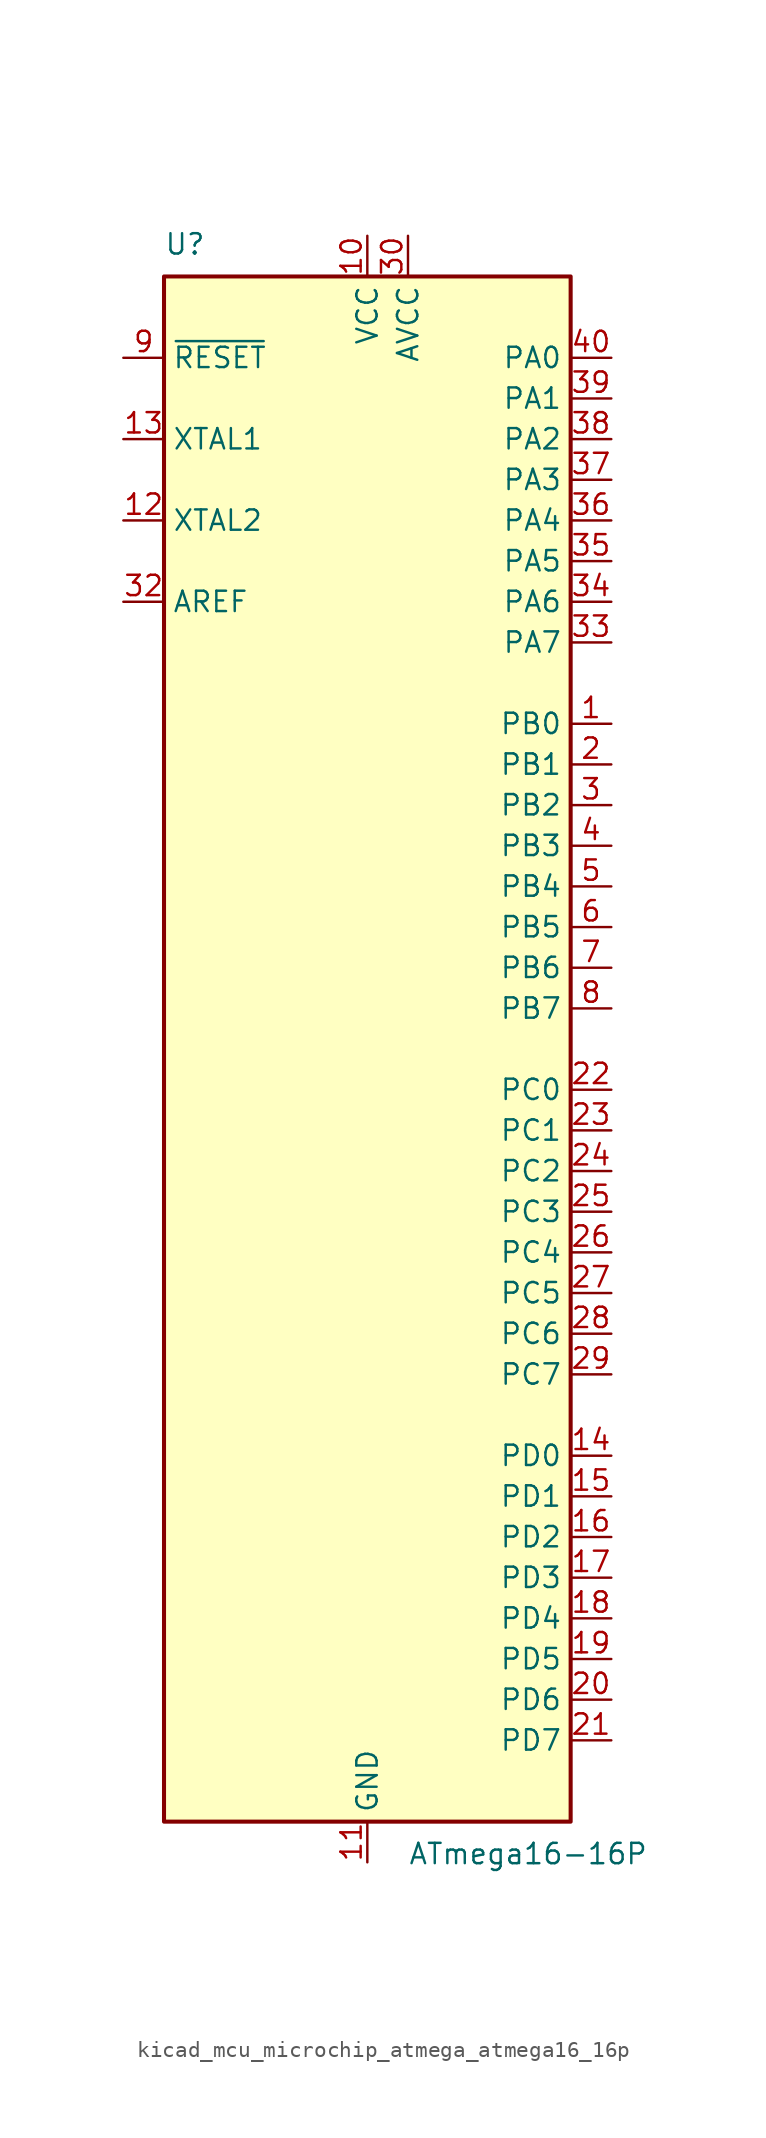
<source format=kicad_sym>
(kicad_symbol_lib
  (version 20220914)
  (generator kicad_symbol_editor)
  (symbol "kicad_mcu_microchip_atmega_atmega16_16p"
    (property "Reference" "U"
      (at -12.7 49.53 0)
      (effects (font (size 1.27 1.27)) (justify left bottom)))
    (property "Value" "ATmega16-16P"
      (at 2.54 -49.53 0)
      (effects (font (size 1.27 1.27)) (justify left top)))
    (symbol "kicad_mcu_microchip_atmega_atmega16_16p_0_1"
      (rectangle (start -12.7 -48.26) (end 12.7 48.26) (stroke (width 0.254) (type default)) (fill (type background))))
    (symbol "kicad_mcu_microchip_atmega_atmega16_16p_1_1"
      (pin bidirectional line (at 15.24 20.32 180) (length 2.54) (name "PB0" (effects (font (size 1.27 1.27)))) (number "1" (effects (font (size 1.27 1.27)))))
      (pin power_in line (at 0 50.8 270) (length 2.54) (name "VCC" (effects (font (size 1.27 1.27)))) (number "10" (effects (font (size 1.27 1.27)))))
      (pin power_in line (at 0 -50.8 90) (length 2.54) (name "GND" (effects (font (size 1.27 1.27)))) (number "11" (effects (font (size 1.27 1.27)))))
      (pin output line (at -15.24 33.02 0) (length 2.54) (name "XTAL2" (effects (font (size 1.27 1.27)))) (number "12" (effects (font (size 1.27 1.27)))))
      (pin input line (at -15.24 38.1 0) (length 2.54) (name "XTAL1" (effects (font (size 1.27 1.27)))) (number "13" (effects (font (size 1.27 1.27)))))
      (pin bidirectional line (at 15.24 -25.4 180) (length 2.54) (name "PD0" (effects (font (size 1.27 1.27)))) (number "14" (effects (font (size 1.27 1.27)))))
      (pin bidirectional line (at 15.24 -27.94 180) (length 2.54) (name "PD1" (effects (font (size 1.27 1.27)))) (number "15" (effects (font (size 1.27 1.27)))))
      (pin bidirectional line (at 15.24 -30.48 180) (length 2.54) (name "PD2" (effects (font (size 1.27 1.27)))) (number "16" (effects (font (size 1.27 1.27)))))
      (pin bidirectional line (at 15.24 -33.02 180) (length 2.54) (name "PD3" (effects (font (size 1.27 1.27)))) (number "17" (effects (font (size 1.27 1.27)))))
      (pin bidirectional line (at 15.24 -35.56 180) (length 2.54) (name "PD4" (effects (font (size 1.27 1.27)))) (number "18" (effects (font (size 1.27 1.27)))))
      (pin bidirectional line (at 15.24 -38.1 180) (length 2.54) (name "PD5" (effects (font (size 1.27 1.27)))) (number "19" (effects (font (size 1.27 1.27)))))
      (pin bidirectional line (at 15.24 17.78 180) (length 2.54) (name "PB1" (effects (font (size 1.27 1.27)))) (number "2" (effects (font (size 1.27 1.27)))))
      (pin bidirectional line (at 15.24 -40.64 180) (length 2.54) (name "PD6" (effects (font (size 1.27 1.27)))) (number "20" (effects (font (size 1.27 1.27)))))
      (pin bidirectional line (at 15.24 -43.18 180) (length 2.54) (name "PD7" (effects (font (size 1.27 1.27)))) (number "21" (effects (font (size 1.27 1.27)))))
      (pin bidirectional line (at 15.24 -2.54 180) (length 2.54) (name "PC0" (effects (font (size 1.27 1.27)))) (number "22" (effects (font (size 1.27 1.27)))))
      (pin bidirectional line (at 15.24 -5.08 180) (length 2.54) (name "PC1" (effects (font (size 1.27 1.27)))) (number "23" (effects (font (size 1.27 1.27)))))
      (pin bidirectional line (at 15.24 -7.62 180) (length 2.54) (name "PC2" (effects (font (size 1.27 1.27)))) (number "24" (effects (font (size 1.27 1.27)))))
      (pin bidirectional line (at 15.24 -10.16 180) (length 2.54) (name "PC3" (effects (font (size 1.27 1.27)))) (number "25" (effects (font (size 1.27 1.27)))))
      (pin bidirectional line (at 15.24 -12.7 180) (length 2.54) (name "PC4" (effects (font (size 1.27 1.27)))) (number "26" (effects (font (size 1.27 1.27)))))
      (pin bidirectional line (at 15.24 -15.24 180) (length 2.54) (name "PC5" (effects (font (size 1.27 1.27)))) (number "27" (effects (font (size 1.27 1.27)))))
      (pin bidirectional line (at 15.24 -17.78 180) (length 2.54) (name "PC6" (effects (font (size 1.27 1.27)))) (number "28" (effects (font (size 1.27 1.27)))))
      (pin bidirectional line (at 15.24 -20.32 180) (length 2.54) (name "PC7" (effects (font (size 1.27 1.27)))) (number "29" (effects (font (size 1.27 1.27)))))
      (pin bidirectional line (at 15.24 15.24 180) (length 2.54) (name "PB2" (effects (font (size 1.27 1.27)))) (number "3" (effects (font (size 1.27 1.27)))))
      (pin power_in line (at 2.54 50.8 270) (length 2.54) (name "AVCC" (effects (font (size 1.27 1.27)))) (number "30" (effects (font (size 1.27 1.27)))))
      (pin passive line (at 0 -50.8 90) (length 2.54) hide (name "GND" (effects (font (size 1.27 1.27)))) (number "31" (effects (font (size 1.27 1.27)))))
      (pin passive line (at -15.24 27.94 0) (length 2.54) (name "AREF" (effects (font (size 1.27 1.27)))) (number "32" (effects (font (size 1.27 1.27)))))
      (pin bidirectional line (at 15.24 25.4 180) (length 2.54) (name "PA7" (effects (font (size 1.27 1.27)))) (number "33" (effects (font (size 1.27 1.27)))))
      (pin bidirectional line (at 15.24 27.94 180) (length 2.54) (name "PA6" (effects (font (size 1.27 1.27)))) (number "34" (effects (font (size 1.27 1.27)))))
      (pin bidirectional line (at 15.24 30.48 180) (length 2.54) (name "PA5" (effects (font (size 1.27 1.27)))) (number "35" (effects (font (size 1.27 1.27)))))
      (pin bidirectional line (at 15.24 33.02 180) (length 2.54) (name "PA4" (effects (font (size 1.27 1.27)))) (number "36" (effects (font (size 1.27 1.27)))))
      (pin bidirectional line (at 15.24 35.56 180) (length 2.54) (name "PA3" (effects (font (size 1.27 1.27)))) (number "37" (effects (font (size 1.27 1.27)))))
      (pin bidirectional line (at 15.24 38.1 180) (length 2.54) (name "PA2" (effects (font (size 1.27 1.27)))) (number "38" (effects (font (size 1.27 1.27)))))
      (pin bidirectional line (at 15.24 40.64 180) (length 2.54) (name "PA1" (effects (font (size 1.27 1.27)))) (number "39" (effects (font (size 1.27 1.27)))))
      (pin bidirectional line (at 15.24 12.7 180) (length 2.54) (name "PB3" (effects (font (size 1.27 1.27)))) (number "4" (effects (font (size 1.27 1.27)))))
      (pin bidirectional line (at 15.24 43.18 180) (length 2.54) (name "PA0" (effects (font (size 1.27 1.27)))) (number "40" (effects (font (size 1.27 1.27)))))
      (pin bidirectional line (at 15.24 10.16 180) (length 2.54) (name "PB4" (effects (font (size 1.27 1.27)))) (number "5" (effects (font (size 1.27 1.27)))))
      (pin bidirectional line (at 15.24 7.62 180) (length 2.54) (name "PB5" (effects (font (size 1.27 1.27)))) (number "6" (effects (font (size 1.27 1.27)))))
      (pin bidirectional line (at 15.24 5.08 180) (length 2.54) (name "PB6" (effects (font (size 1.27 1.27)))) (number "7" (effects (font (size 1.27 1.27)))))
      (pin bidirectional line (at 15.24 2.54 180) (length 2.54) (name "PB7" (effects (font (size 1.27 1.27)))) (number "8" (effects (font (size 1.27 1.27)))))
      (pin input line (at -15.24 43.18 0) (length 2.54) (name "~{RESET}" (effects (font (size 1.27 1.27)))) (number "9" (effects (font (size 1.27 1.27))))))))
</source>
